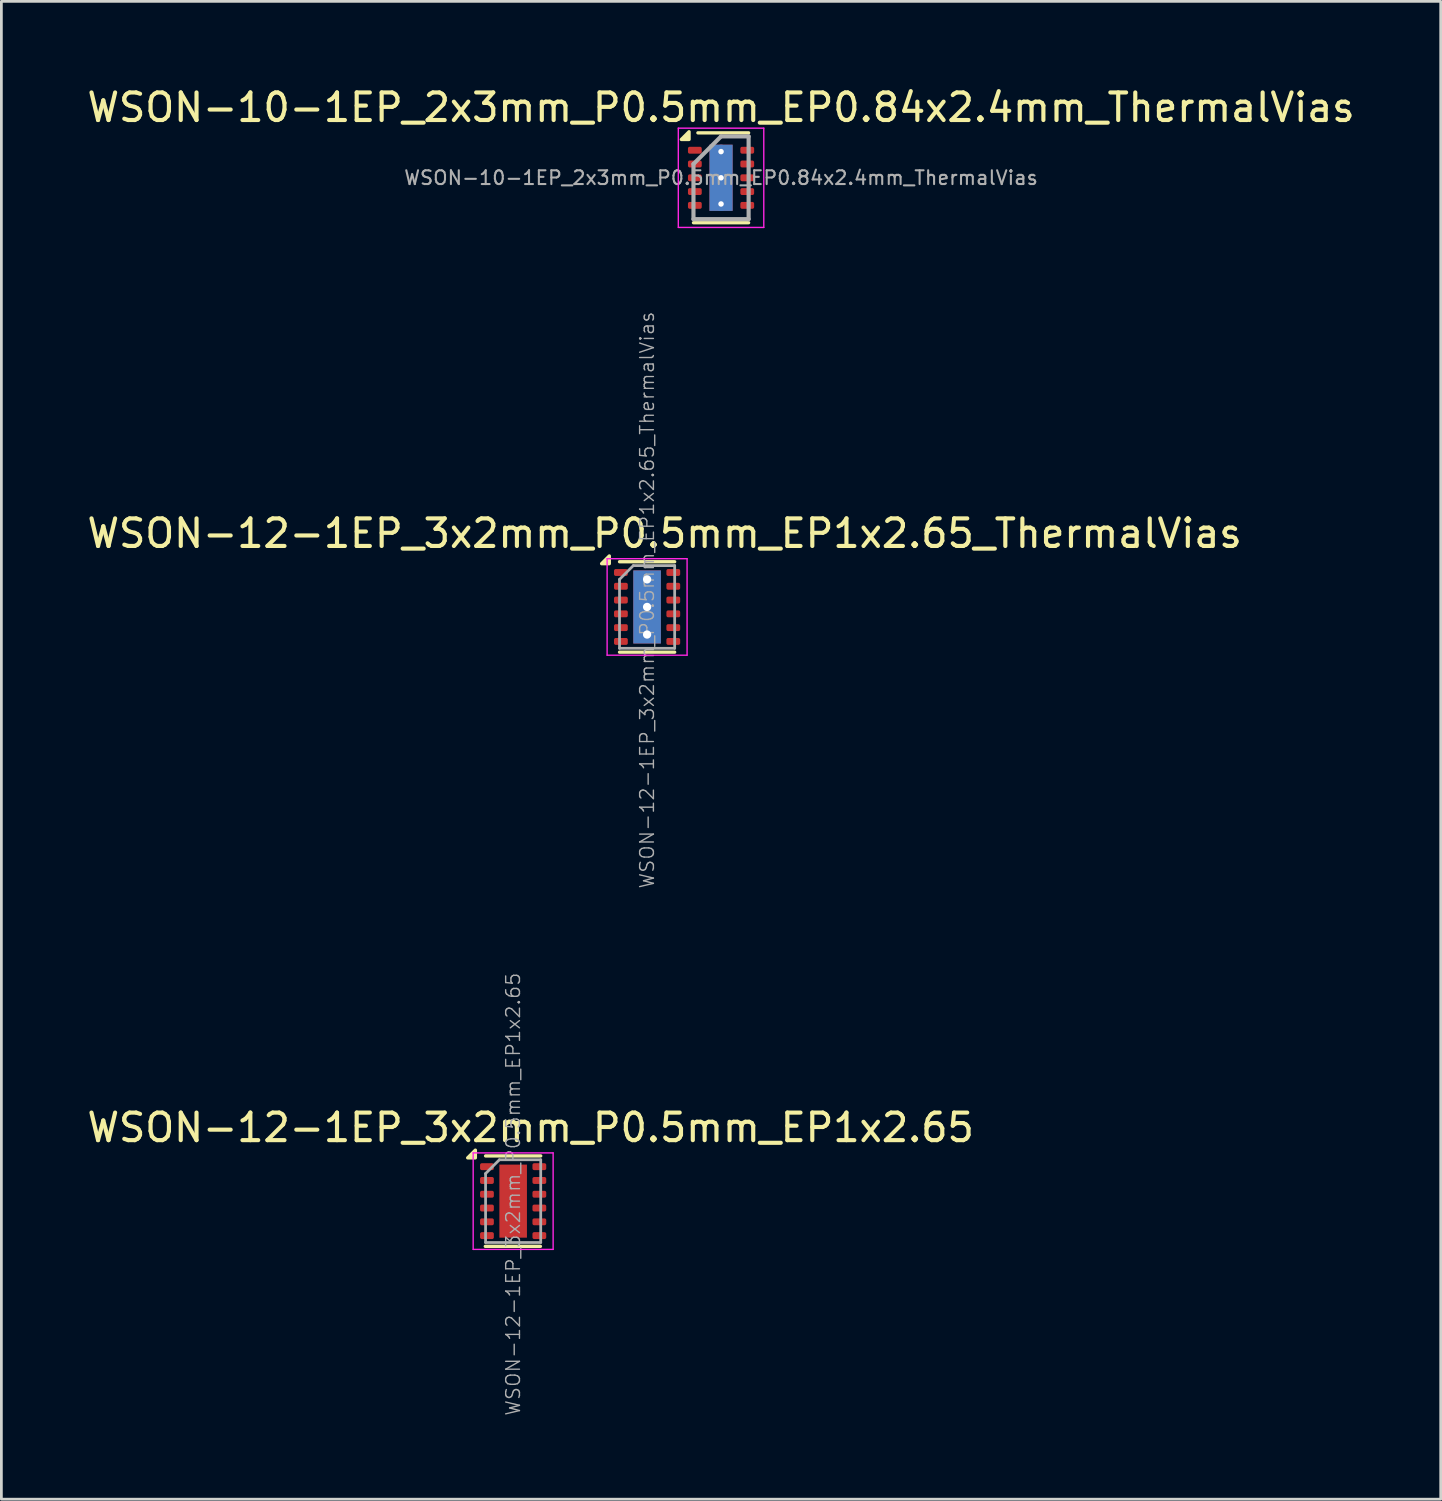
<source format=kicad_pcb>
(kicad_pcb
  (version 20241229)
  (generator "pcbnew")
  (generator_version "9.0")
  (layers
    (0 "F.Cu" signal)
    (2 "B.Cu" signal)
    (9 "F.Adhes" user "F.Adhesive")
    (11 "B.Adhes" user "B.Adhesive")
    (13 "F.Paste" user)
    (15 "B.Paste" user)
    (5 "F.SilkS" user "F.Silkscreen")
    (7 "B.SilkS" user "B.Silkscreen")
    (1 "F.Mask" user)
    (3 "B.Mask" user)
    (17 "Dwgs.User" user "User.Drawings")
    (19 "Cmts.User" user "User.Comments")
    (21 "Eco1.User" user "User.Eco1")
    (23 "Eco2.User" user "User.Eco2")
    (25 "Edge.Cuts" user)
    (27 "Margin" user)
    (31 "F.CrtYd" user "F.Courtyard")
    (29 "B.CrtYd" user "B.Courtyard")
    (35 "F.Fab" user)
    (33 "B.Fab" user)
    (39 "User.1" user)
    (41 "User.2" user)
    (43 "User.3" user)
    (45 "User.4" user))
  (footprint "WSON-12-1EP_3x2mm_P0.5mm_EP1x2.65"
    (layer "F.Cu")
    (at 15.561 40.513)
    (property "Reference" "WSON-12-1EP_3x2mm_P0.5mm_EP1x2.65" (at 0.635 -2.667 0) (layer "F.SilkS") (effects (font (size 1 1) (thickness 0.15))))
    (attr smd)
    (fp_line (start -1.01 1.64) (end 0.99 1.64) (stroke (width 0.12) (type solid)) (layer "F.SilkS"))
    (fp_line (start -1 -1.64) (end 1 -1.64) (stroke (width 0.12) (type solid)) (layer "F.SilkS"))
    (fp_poly (pts (xy -1.37 -1.57) (xy -1.65 -1.57) (xy -1.37 -1.85) (xy -1.37 -1.57)) (stroke (width 0.12) (type solid)) (fill yes) (layer "F.SilkS"))
    (fp_line (start -1.45 -1.75) (end 1.45 -1.75) (stroke (width 0.05) (type solid)) (layer "F.CrtYd"))
    (fp_line (start -1.45 1.75) (end -1.45 -1.75) (stroke (width 0.05) (type solid)) (layer "F.CrtYd"))
    (fp_line (start 1.45 -1.75) (end 1.45 1.75) (stroke (width 0.05) (type solid)) (layer "F.CrtYd"))
    (fp_line (start 1.45 1.75) (end -1.45 1.75) (stroke (width 0.05) (type solid)) (layer "F.CrtYd"))
    (fp_line (start -1 -1) (end -0.5 -1.5) (stroke (width 0.1) (type solid)) (layer "F.Fab"))
    (fp_line (start -1 1.5) (end -1 -1) (stroke (width 0.1) (type solid)) (layer "F.Fab"))
    (fp_line (start -0.5 -1.5) (end 1 -1.5) (stroke (width 0.1) (type solid)) (layer "F.Fab"))
    (fp_line (start 1 -1.5) (end 1 1.5) (stroke (width 0.1) (type solid)) (layer "F.Fab"))
    (fp_line (start 1 1.5) (end -1 1.5) (stroke (width 0.1) (type solid)) (layer "F.Fab"))
    (fp_text user "${REFERENCE}" (at 0 -0.25 90) (layer "F.Fab") (effects (font (size 0.5 0.5) (thickness 0.05))))
    (pad "" smd rect (at 0 -0.685) (size 0.95 1.17) (layers "F.Paste"))
    (pad "" smd rect (at 0 0.685) (size 0.95 1.17) (layers "F.Paste"))
    (pad "1" smd roundrect (at -0.95 -1.25) (size 0.5 0.25) (layers "F.Cu" "F.Mask" "F.Paste") (roundrect_rratio 0.25))
    (pad "2" smd roundrect (at -0.95 -0.75) (size 0.5 0.25) (layers "F.Cu" "F.Mask" "F.Paste") (roundrect_rratio 0.25))
    (pad "3" smd roundrect (at -0.95 -0.25) (size 0.5 0.25) (layers "F.Cu" "F.Mask" "F.Paste") (roundrect_rratio 0.25))
    (pad "4" smd roundrect (at -0.95 0.25) (size 0.5 0.25) (layers "F.Cu" "F.Mask" "F.Paste") (roundrect_rratio 0.25))
    (pad "5" smd roundrect (at -0.95 0.75) (size 0.5 0.25) (layers "F.Cu" "F.Mask" "F.Paste") (roundrect_rratio 0.25))
    (pad "6" smd roundrect (at -0.95 1.25) (size 0.5 0.25) (layers "F.Cu" "F.Mask" "F.Paste") (roundrect_rratio 0.25))
    (pad "7" smd roundrect (at 0.95 1.25) (size 0.5 0.25) (layers "F.Cu" "F.Mask" "F.Paste") (roundrect_rratio 0.25))
    (pad "8" smd roundrect (at 0.95 0.75) (size 0.5 0.25) (layers "F.Cu" "F.Mask" "F.Paste") (roundrect_rratio 0.25))
    (pad "9" smd roundrect (at 0.95 0.25) (size 0.5 0.25) (layers "F.Cu" "F.Mask" "F.Paste") (roundrect_rratio 0.25))
    (pad "10" smd roundrect (at 0.95 -0.25) (size 0.5 0.25) (layers "F.Cu" "F.Mask" "F.Paste") (roundrect_rratio 0.25))
    (pad "11" smd roundrect (at 0.95 -0.75) (size 0.5 0.25) (layers "F.Cu" "F.Mask" "F.Paste") (roundrect_rratio 0.25))
    (pad "12" smd roundrect (at 0.95 -1.25) (size 0.5 0.25) (layers "F.Cu" "F.Mask" "F.Paste") (roundrect_rratio 0.25))
    (pad "13" smd rect (at 0 0) (size 1 2.65) (layers "F.Cu" "F.Mask")))
  (footprint "WSON-10-1EP_2x3mm_P0.5mm_EP0.84x2.4mm_ThermalVias"
    (layer "F.Cu")
    (at 23.101 3.398)
    (property "Reference" "WSON-10-1EP_2x3mm_P0.5mm_EP0.84x2.4mm_ThermalVias" (at 0 -2.55 0) (layer "F.SilkS") (effects (font (size 1 1) (thickness 0.15))))
    (attr smd)
    (fp_line (start -1 1.63) (end 1 1.63) (stroke (width 0.12) (type solid)) (layer "F.SilkS"))
    (fp_line (start -0.84 -1.63) (end 1 -1.63) (stroke (width 0.12) (type solid)) (layer "F.SilkS"))
    (fp_poly (pts (xy -1.16 -1.39) (xy -1.44 -1.39) (xy -1.16 -1.67) (xy -1.16 -1.39)) (stroke (width 0.12) (type solid)) (fill yes) (layer "F.SilkS"))
    (fp_line (start -1.55 -1.8) (end -1.55 1.8) (stroke (width 0.05) (type solid)) (layer "F.CrtYd"))
    (fp_line (start -1.55 -1.8) (end 1.55 -1.8) (stroke (width 0.05) (type solid)) (layer "F.CrtYd"))
    (fp_line (start -1.55 1.8) (end 1.55 1.8) (stroke (width 0.05) (type solid)) (layer "F.CrtYd"))
    (fp_line (start 1.55 -1.8) (end 1.55 1.8) (stroke (width 0.05) (type solid)) (layer "F.CrtYd"))
    (fp_line (start -1 -0.5) (end 0 -1.5) (stroke (width 0.15) (type solid)) (layer "F.Fab"))
    (fp_line (start -1 1.5) (end -1 -0.5) (stroke (width 0.15) (type solid)) (layer "F.Fab"))
    (fp_line (start 0 -1.5) (end 1 -1.5) (stroke (width 0.15) (type solid)) (layer "F.Fab"))
    (fp_line (start 1 -1.5) (end 1 1.5) (stroke (width 0.15) (type solid)) (layer "F.Fab"))
    (fp_line (start 1 1.5) (end -1 1.5) (stroke (width 0.15) (type solid)) (layer "F.Fab"))
    (fp_text user "${REFERENCE}" (at 0 0 0) (layer "F.Fab") (effects (font (size 0.5 0.5) (thickness 0.075))))
    (pad "" smd rect (at 0 -0.475) (size 0.65 0.7) (layers "F.Paste"))
    (pad "" smd rect (at 0 0.475) (size 0.65 0.7) (layers "F.Paste"))
    (pad "1" smd roundrect (at -0.95 -1) (size 0.5 0.25) (layers "F.Cu" "F.Mask" "F.Paste") (roundrect_rratio 0.25))
    (pad "2" smd roundrect (at -0.95 -0.5) (size 0.5 0.25) (layers "F.Cu" "F.Mask" "F.Paste") (roundrect_rratio 0.25))
    (pad "3" smd roundrect (at -0.95 0) (size 0.5 0.25) (layers "F.Cu" "F.Mask" "F.Paste") (roundrect_rratio 0.25))
    (pad "4" smd roundrect (at -0.95 0.5) (size 0.5 0.25) (layers "F.Cu" "F.Mask" "F.Paste") (roundrect_rratio 0.25))
    (pad "5" smd roundrect (at -0.95 1) (size 0.5 0.25) (layers "F.Cu" "F.Mask" "F.Paste") (roundrect_rratio 0.25))
    (pad "6" smd roundrect (at 0.95 1) (size 0.5 0.25) (layers "F.Cu" "F.Mask" "F.Paste") (roundrect_rratio 0.25))
    (pad "7" smd roundrect (at 0.95 0.5) (size 0.5 0.25) (layers "F.Cu" "F.Mask" "F.Paste") (roundrect_rratio 0.25))
    (pad "8" smd roundrect (at 0.95 0) (size 0.5 0.25) (layers "F.Cu" "F.Mask" "F.Paste") (roundrect_rratio 0.25))
    (pad "9" smd roundrect (at 0.95 -0.5) (size 0.5 0.25) (layers "F.Cu" "F.Mask" "F.Paste") (roundrect_rratio 0.25))
    (pad "10" smd roundrect (at 0.95 -1) (size 0.5 0.25) (layers "F.Cu" "F.Mask" "F.Paste") (roundrect_rratio 0.25))
    (pad "11" thru_hole circle (at 0 -0.95) (size 0.5 0.5) (drill 0.2) (layers "*.Cu" "F.Mask"))
    (pad "11" thru_hole circle (at 0 0) (size 0.5 0.5) (drill 0.2) (layers "*.Cu" "F.Mask"))
    (pad "11" smd rect (at 0 0) (size 0.84 2.4) (layers "F.Cu" "F.Mask"))
    (pad "11" smd rect (at 0 0) (size 0.84 2.4) (layers "B.Cu"))
    (pad "11" thru_hole circle (at 0 0.95) (size 0.5 0.5) (drill 0.2) (layers "*.Cu" "F.Mask")))
  (footprint "WSON-12-1EP_3x2mm_P0.5mm_EP1x2.65_ThermalVias"
    (layer "F.Cu")
    (at 20.419 18.963)
    (property "Reference" "WSON-12-1EP_3x2mm_P0.5mm_EP1x2.65_ThermalVias" (at 0.635 -2.667 0) (layer "F.SilkS") (effects (font (size 1 1) (thickness 0.15))))
    (attr smd)
    (fp_line (start -1 -1.64) (end 1 -1.64) (stroke (width 0.12) (type solid)) (layer "F.SilkS"))
    (fp_line (start -1 1.64) (end 1 1.64) (stroke (width 0.12) (type solid)) (layer "F.SilkS"))
    (fp_poly (pts (xy -1.37 -1.57) (xy -1.65 -1.57) (xy -1.37 -1.85) (xy -1.37 -1.57)) (stroke (width 0.12) (type solid)) (fill yes) (layer "F.SilkS"))
    (fp_line (start -1.45 -1.75) (end 1.45 -1.75) (stroke (width 0.05) (type solid)) (layer "F.CrtYd"))
    (fp_line (start -1.45 1.75) (end -1.45 -1.75) (stroke (width 0.05) (type solid)) (layer "F.CrtYd"))
    (fp_line (start 1.45 -1.75) (end 1.45 1.75) (stroke (width 0.05) (type solid)) (layer "F.CrtYd"))
    (fp_line (start 1.45 1.75) (end -1.45 1.75) (stroke (width 0.05) (type solid)) (layer "F.CrtYd"))
    (fp_line (start -1 -1) (end -0.5 -1.5) (stroke (width 0.1) (type solid)) (layer "F.Fab"))
    (fp_line (start -1 1.5) (end -1 -1) (stroke (width 0.1) (type solid)) (layer "F.Fab"))
    (fp_line (start -0.5 -1.5) (end 1 -1.5) (stroke (width 0.1) (type solid)) (layer "F.Fab"))
    (fp_line (start 1 -1.5) (end 1 1.5) (stroke (width 0.1) (type solid)) (layer "F.Fab"))
    (fp_line (start 1 1.5) (end -1 1.5) (stroke (width 0.1) (type solid)) (layer "F.Fab"))
    (fp_text user "${REFERENCE}" (at 0 -0.25 90) (layer "F.Fab") (effects (font (size 0.5 0.5) (thickness 0.05))))
    (pad "" smd rect (at 0 -0.5) (size 0.95 0.8) (layers "F.Paste"))
    (pad "" smd rect (at 0 0.5) (size 0.95 0.8) (layers "F.Paste"))
    (pad "1" smd roundrect (at -0.95 -1.25) (size 0.5 0.25) (layers "F.Cu" "F.Mask" "F.Paste") (roundrect_rratio 0.25))
    (pad "2" smd roundrect (at -0.95 -0.75) (size 0.5 0.25) (layers "F.Cu" "F.Mask" "F.Paste") (roundrect_rratio 0.25))
    (pad "3" smd roundrect (at -0.95 -0.25) (size 0.5 0.25) (layers "F.Cu" "F.Mask" "F.Paste") (roundrect_rratio 0.25))
    (pad "4" smd roundrect (at -0.95 0.25) (size 0.5 0.25) (layers "F.Cu" "F.Mask" "F.Paste") (roundrect_rratio 0.25))
    (pad "5" smd roundrect (at -0.95 0.75) (size 0.5 0.25) (layers "F.Cu" "F.Mask" "F.Paste") (roundrect_rratio 0.25))
    (pad "6" smd roundrect (at -0.95 1.25) (size 0.5 0.25) (layers "F.Cu" "F.Mask" "F.Paste") (roundrect_rratio 0.25))
    (pad "7" smd roundrect (at 0.95 1.25) (size 0.5 0.25) (layers "F.Cu" "F.Mask" "F.Paste") (roundrect_rratio 0.25))
    (pad "8" smd roundrect (at 0.95 0.75) (size 0.5 0.25) (layers "F.Cu" "F.Mask" "F.Paste") (roundrect_rratio 0.25))
    (pad "9" smd roundrect (at 0.95 0.25) (size 0.5 0.25) (layers "F.Cu" "F.Mask" "F.Paste") (roundrect_rratio 0.25))
    (pad "10" smd roundrect (at 0.95 -0.25) (size 0.5 0.25) (layers "F.Cu" "F.Mask" "F.Paste") (roundrect_rratio 0.25))
    (pad "11" smd roundrect (at 0.95 -0.75) (size 0.5 0.25) (layers "F.Cu" "F.Mask" "F.Paste") (roundrect_rratio 0.25))
    (pad "12" smd roundrect (at 0.95 -1.25) (size 0.5 0.25) (layers "F.Cu" "F.Mask" "F.Paste") (roundrect_rratio 0.25))
    (pad "13" thru_hole circle (at 0 -1 90) (size 0.6 0.6) (drill 0.3) (layers "*.Cu"))
    (pad "13" thru_hole circle (at 0 0) (size 0.6 0.6) (drill 0.3) (layers "*.Cu"))
    (pad "13" smd rect (at 0 0) (size 1 2.65) (layers "F.Cu" "F.Mask"))
    (pad "13" smd rect (at 0 0) (size 1 2.65) (layers "B.Cu"))
    (pad "13" thru_hole circle (at 0 1) (size 0.6 0.6) (drill 0.3) (layers "*.Cu")))
  (gr_rect
    (start -3 -3)
    (end 49.202 51.323)
    (stroke (width 0.1) (type default))
    (fill no)
    (layer "Edge.Cuts")))
</source>
